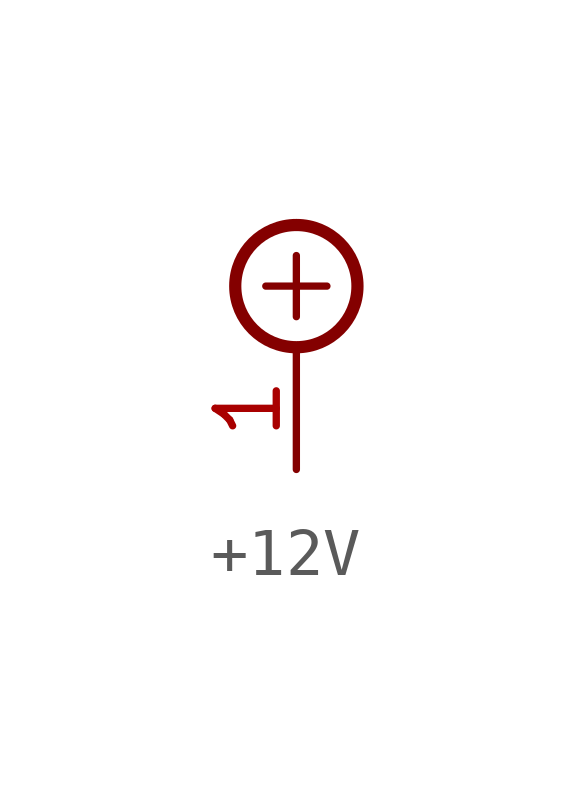
<source format=kicad_sym>
(kicad_symbol_lib
  (version 20211014)
  (generator kicad_symbol_editor)
  (symbol "+12V"
    (power)
    (property "Reference" "#SUPPLY"
      (at 0 0 0)
      (effects (font (size 1.27 1.27)) hide))
    (property "ki_locked" ""
      (at 0 0 0)
      (effects (font (size 1.27 1.27))))
    (symbol "+12V_1_0"
      (polyline (pts (xy -0.635 0) (xy 0.635 0)) (stroke (width 0.152) (type default) (color 0 0 0 0)) (fill (type none)))
      (polyline (pts (xy 0 0.635) (xy 0 -0.635)) (stroke (width 0.152) (type default) (color 0 0 0 0)) (fill (type none)))
      (circle (center 0 0) (radius 1.27) (stroke (width 0.254) (type default) (color 0 0 0 0)) (fill (type none)))
      (pin power_in line (at 0 -3.81 90) (length 2.54) (name "+12V" (effects (font (size 0 0)))) (number "1" (effects (font (size 1.27 1.27))))))))
</source>
